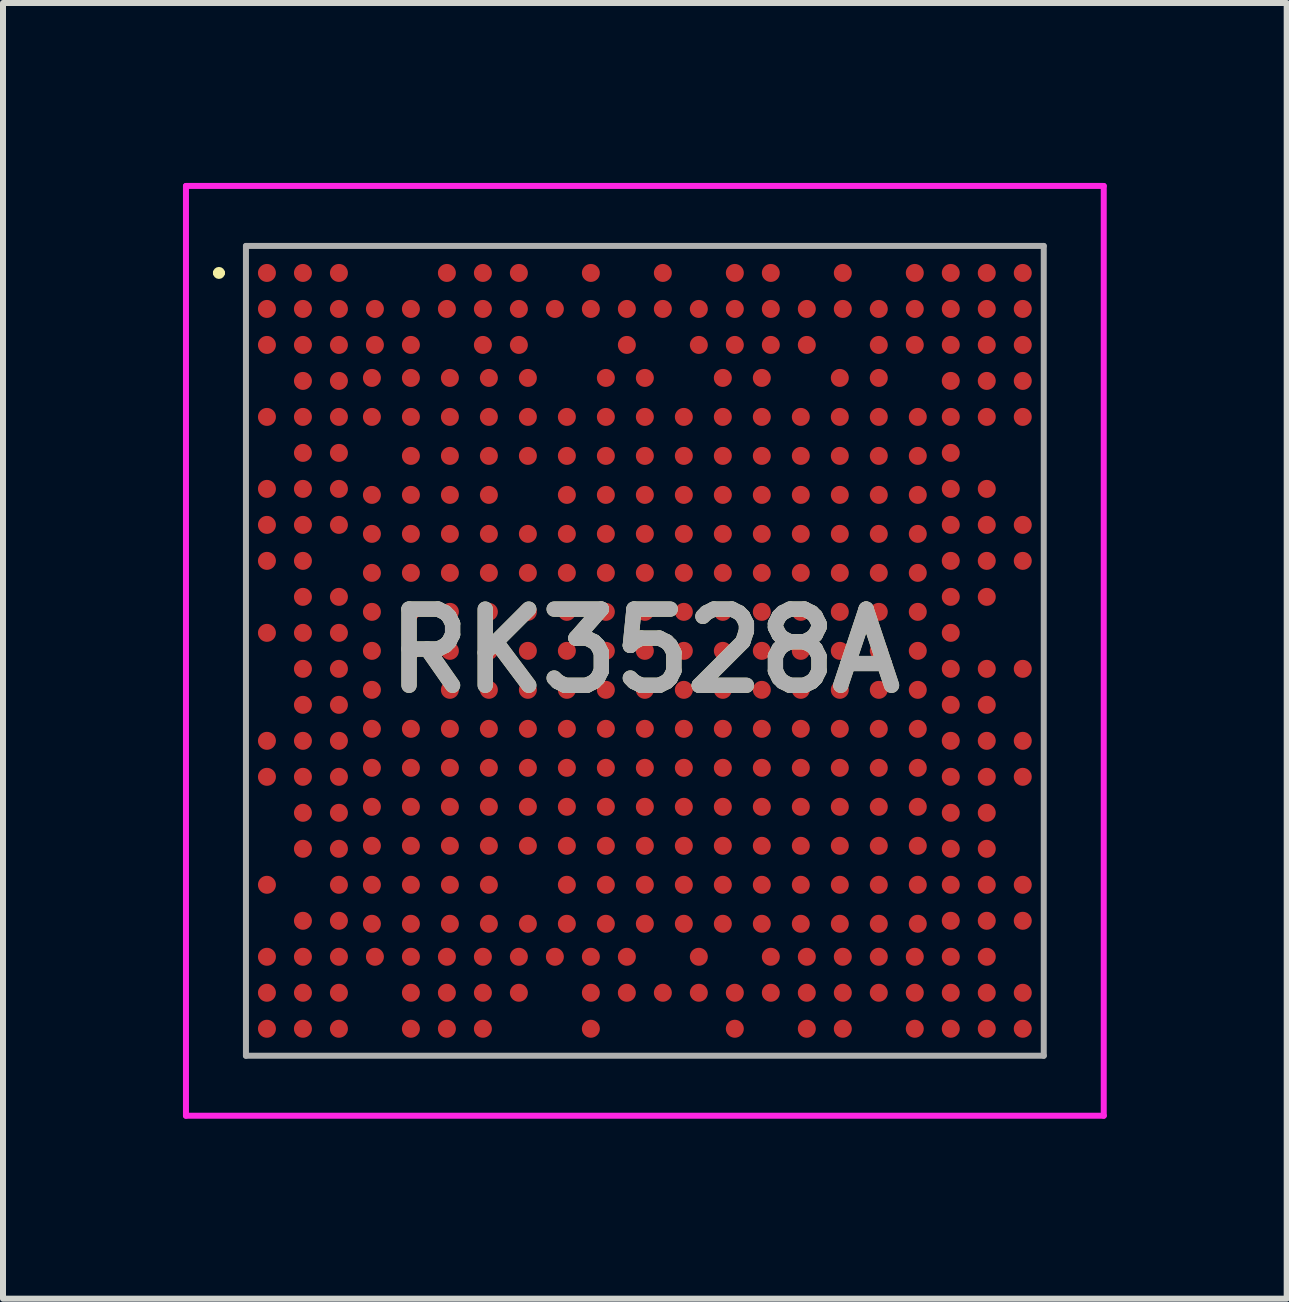
<source format=kicad_pcb>
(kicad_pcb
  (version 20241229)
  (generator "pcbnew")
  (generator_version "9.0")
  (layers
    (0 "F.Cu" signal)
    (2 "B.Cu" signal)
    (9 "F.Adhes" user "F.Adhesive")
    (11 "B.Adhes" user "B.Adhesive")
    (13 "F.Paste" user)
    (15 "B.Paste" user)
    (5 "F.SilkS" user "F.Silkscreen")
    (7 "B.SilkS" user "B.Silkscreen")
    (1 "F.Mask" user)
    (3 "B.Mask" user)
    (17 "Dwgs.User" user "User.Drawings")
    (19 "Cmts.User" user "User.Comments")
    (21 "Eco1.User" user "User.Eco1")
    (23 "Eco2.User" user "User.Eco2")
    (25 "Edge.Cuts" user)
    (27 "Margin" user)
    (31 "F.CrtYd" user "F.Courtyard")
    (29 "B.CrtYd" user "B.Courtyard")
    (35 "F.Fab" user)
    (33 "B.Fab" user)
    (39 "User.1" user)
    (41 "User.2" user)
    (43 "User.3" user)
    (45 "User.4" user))
  (footprint "RK3528A"
    (layer "F.Cu")
    (at 7.7 7.8)
    (property "Reference" "RK3528A" (at 0 0 0) (layer "F.SilkS") (effects (font (size 1.27 1.27) (thickness 0.254))))
    (attr smd)
    (fp_line (start -7.15 -6.3) (end -7.15 -6.3) (stroke (width 0.1) (type solid)) (layer "F.SilkS"))
    (fp_line (start -7.05 -6.3) (end -7.05 -6.3) (stroke (width 0.1) (type solid)) (layer "F.SilkS"))
    (fp_arc (start -7.15 -6.3) (mid -7.1 -6.35) (end -7.05 -6.3) (stroke (width 0.1) (type solid)) (layer "F.SilkS"))
    (fp_arc (start -7.05 -6.3) (mid -7.1 -6.25) (end -7.15 -6.3) (stroke (width 0.1) (type solid)) (layer "F.SilkS"))
    (fp_line (start -7.65 -7.75) (end -7.65 7.75) (stroke (width 0.1) (type solid)) (layer "F.CrtYd"))
    (fp_line (start -7.65 7.75) (end 7.65 7.75) (stroke (width 0.1) (type solid)) (layer "F.CrtYd"))
    (fp_line (start 7.65 -7.75) (end -7.65 -7.75) (stroke (width 0.1) (type solid)) (layer "F.CrtYd"))
    (fp_line (start 7.65 7.75) (end 7.65 -7.75) (stroke (width 0.1) (type solid)) (layer "F.CrtYd"))
    (fp_line (start -6.65 -6.75) (end -6.65 6.75) (stroke (width 0.1) (type solid)) (layer "F.Fab"))
    (fp_line (start -6.65 6.75) (end 6.65 6.75) (stroke (width 0.1) (type solid)) (layer "F.Fab"))
    (fp_line (start 6.65 -6.75) (end -6.65 -6.75) (stroke (width 0.1) (type solid)) (layer "F.Fab"))
    (fp_line (start 6.65 6.75) (end 6.65 -6.75) (stroke (width 0.1) (type solid)) (layer "F.Fab"))
    (fp_text user "${REFERENCE}" (at 0 0 0) (layer "F.Fab") (effects (font (size 1.27 1.27) (thickness 0.254))))
    (pad "A1" smd circle (at -6.3 -6.3 90) (size 0.3 0.3) (layers "F.Cu" "F.Mask" "F.Paste"))
    (pad "A2" smd circle (at -5.7 -6.3 90) (size 0.3 0.3) (layers "F.Cu" "F.Mask" "F.Paste"))
    (pad "A3" smd circle (at -5.1 -6.3 90) (size 0.3 0.3) (layers "F.Cu" "F.Mask" "F.Paste"))
    (pad "A6" smd circle (at -3.3 -6.3 90) (size 0.3 0.3) (layers "F.Cu" "F.Mask" "F.Paste"))
    (pad "A7" smd circle (at -2.7 -6.3 90) (size 0.3 0.3) (layers "F.Cu" "F.Mask" "F.Paste"))
    (pad "A8" smd circle (at -2.1 -6.3 90) (size 0.3 0.3) (layers "F.Cu" "F.Mask" "F.Paste"))
    (pad "A10" smd circle (at -0.9 -6.3 90) (size 0.3 0.3) (layers "F.Cu" "F.Mask" "F.Paste"))
    (pad "A12" smd circle (at 0.3 -6.3 90) (size 0.3 0.3) (layers "F.Cu" "F.Mask" "F.Paste"))
    (pad "A14" smd circle (at 1.5 -6.3 90) (size 0.3 0.3) (layers "F.Cu" "F.Mask" "F.Paste"))
    (pad "A15" smd circle (at 2.1 -6.3 90) (size 0.3 0.3) (layers "F.Cu" "F.Mask" "F.Paste"))
    (pad "A17" smd circle (at 3.3 -6.3 90) (size 0.3 0.3) (layers "F.Cu" "F.Mask" "F.Paste"))
    (pad "A19" smd circle (at 4.5 -6.3 90) (size 0.3 0.3) (layers "F.Cu" "F.Mask" "F.Paste"))
    (pad "A20" smd circle (at 5.1 -6.3 90) (size 0.3 0.3) (layers "F.Cu" "F.Mask" "F.Paste"))
    (pad "A21" smd circle (at 5.7 -6.3 90) (size 0.3 0.3) (layers "F.Cu" "F.Mask" "F.Paste"))
    (pad "A22" smd circle (at 6.3 -6.3 90) (size 0.3 0.3) (layers "F.Cu" "F.Mask" "F.Paste"))
    (pad "AA1" smd circle (at -6.3 5.7 90) (size 0.3 0.3) (layers "F.Cu" "F.Mask" "F.Paste"))
    (pad "AA2" smd circle (at -5.7 5.7 90) (size 0.3 0.3) (layers "F.Cu" "F.Mask" "F.Paste"))
    (pad "AA3" smd circle (at -5.1 5.7 90) (size 0.3 0.3) (layers "F.Cu" "F.Mask" "F.Paste"))
    (pad "AA5" smd circle (at -3.9 5.7 90) (size 0.3 0.3) (layers "F.Cu" "F.Mask" "F.Paste"))
    (pad "AA6" smd circle (at -3.3 5.7 90) (size 0.3 0.3) (layers "F.Cu" "F.Mask" "F.Paste"))
    (pad "AA7" smd circle (at -2.7 5.7 90) (size 0.3 0.3) (layers "F.Cu" "F.Mask" "F.Paste"))
    (pad "AA8" smd circle (at -2.1 5.7 90) (size 0.3 0.3) (layers "F.Cu" "F.Mask" "F.Paste"))
    (pad "AA10" smd circle (at -0.9 5.7 90) (size 0.3 0.3) (layers "F.Cu" "F.Mask" "F.Paste"))
    (pad "AA11" smd circle (at -0.3 5.7 90) (size 0.3 0.3) (layers "F.Cu" "F.Mask" "F.Paste"))
    (pad "AA12" smd circle (at 0.3 5.7 90) (size 0.3 0.3) (layers "F.Cu" "F.Mask" "F.Paste"))
    (pad "AA13" smd circle (at 0.9 5.7 90) (size 0.3 0.3) (layers "F.Cu" "F.Mask" "F.Paste"))
    (pad "AA14" smd circle (at 1.5 5.7 90) (size 0.3 0.3) (layers "F.Cu" "F.Mask" "F.Paste"))
    (pad "AA15" smd circle (at 2.1 5.7 90) (size 0.3 0.3) (layers "F.Cu" "F.Mask" "F.Paste"))
    (pad "AA16" smd circle (at 2.7 5.7 90) (size 0.3 0.3) (layers "F.Cu" "F.Mask" "F.Paste"))
    (pad "AA17" smd circle (at 3.3 5.7 90) (size 0.3 0.3) (layers "F.Cu" "F.Mask" "F.Paste"))
    (pad "AA18" smd circle (at 3.9 5.7 90) (size 0.3 0.3) (layers "F.Cu" "F.Mask" "F.Paste"))
    (pad "AA19" smd circle (at 4.5 5.7 90) (size 0.3 0.3) (layers "F.Cu" "F.Mask" "F.Paste"))
    (pad "AA20" smd circle (at 5.1 5.7 90) (size 0.3 0.3) (layers "F.Cu" "F.Mask" "F.Paste"))
    (pad "AA21" smd circle (at 5.7 5.7 90) (size 0.3 0.3) (layers "F.Cu" "F.Mask" "F.Paste"))
    (pad "AA22" smd circle (at 6.3 5.7 90) (size 0.3 0.3) (layers "F.Cu" "F.Mask" "F.Paste"))
    (pad "AAA1" smd circle (at -4.55 -4.55 90) (size 0.3 0.3) (layers "F.Cu" "F.Mask" "F.Paste"))
    (pad "AAA2" smd circle (at -3.9 -4.55 90) (size 0.3 0.3) (layers "F.Cu" "F.Mask" "F.Paste"))
    (pad "AAA3" smd circle (at -3.25 -4.55 90) (size 0.3 0.3) (layers "F.Cu" "F.Mask" "F.Paste"))
    (pad "AAA4" smd circle (at -2.6 -4.55 90) (size 0.3 0.3) (layers "F.Cu" "F.Mask" "F.Paste"))
    (pad "AAA5" smd circle (at -1.95 -4.55 90) (size 0.3 0.3) (layers "F.Cu" "F.Mask" "F.Paste"))
    (pad "AAA7" smd circle (at -0.65 -4.55 90) (size 0.3 0.3) (layers "F.Cu" "F.Mask" "F.Paste"))
    (pad "AAA8" smd circle (at 0 -4.55 90) (size 0.3 0.3) (layers "F.Cu" "F.Mask" "F.Paste"))
    (pad "AAA10" smd circle (at 1.3 -4.55 90) (size 0.3 0.3) (layers "F.Cu" "F.Mask" "F.Paste"))
    (pad "AAA11" smd circle (at 1.95 -4.55 90) (size 0.3 0.3) (layers "F.Cu" "F.Mask" "F.Paste"))
    (pad "AAA13" smd circle (at 3.25 -4.55 90) (size 0.3 0.3) (layers "F.Cu" "F.Mask" "F.Paste"))
    (pad "AAA14" smd circle (at 3.9 -4.55 90) (size 0.3 0.3) (layers "F.Cu" "F.Mask" "F.Paste"))
    (pad "AAB1" smd circle (at -4.55 -3.9 90) (size 0.3 0.3) (layers "F.Cu" "F.Mask" "F.Paste"))
    (pad "AAB2" smd circle (at -3.9 -3.9 90) (size 0.3 0.3) (layers "F.Cu" "F.Mask" "F.Paste"))
    (pad "AAB3" smd circle (at -3.25 -3.9 90) (size 0.3 0.3) (layers "F.Cu" "F.Mask" "F.Paste"))
    (pad "AAB4" smd circle (at -2.6 -3.9 90) (size 0.3 0.3) (layers "F.Cu" "F.Mask" "F.Paste"))
    (pad "AAB5" smd circle (at -1.95 -3.9 90) (size 0.3 0.3) (layers "F.Cu" "F.Mask" "F.Paste"))
    (pad "AAB6" smd circle (at -1.3 -3.9 90) (size 0.3 0.3) (layers "F.Cu" "F.Mask" "F.Paste"))
    (pad "AAB7" smd circle (at -0.65 -3.9 90) (size 0.3 0.3) (layers "F.Cu" "F.Mask" "F.Paste"))
    (pad "AAB8" smd circle (at 0 -3.9 90) (size 0.3 0.3) (layers "F.Cu" "F.Mask" "F.Paste"))
    (pad "AAB9" smd circle (at 0.65 -3.9 90) (size 0.3 0.3) (layers "F.Cu" "F.Mask" "F.Paste"))
    (pad "AAB10" smd circle (at 1.3 -3.9 90) (size 0.3 0.3) (layers "F.Cu" "F.Mask" "F.Paste"))
    (pad "AAB11" smd circle (at 1.95 -3.9 90) (size 0.3 0.3) (layers "F.Cu" "F.Mask" "F.Paste"))
    (pad "AAB12" smd circle (at 2.6 -3.9 90) (size 0.3 0.3) (layers "F.Cu" "F.Mask" "F.Paste"))
    (pad "AAB13" smd circle (at 3.25 -3.9 90) (size 0.3 0.3) (layers "F.Cu" "F.Mask" "F.Paste"))
    (pad "AAB14" smd circle (at 3.9 -3.9 90) (size 0.3 0.3) (layers "F.Cu" "F.Mask" "F.Paste"))
    (pad "AAB15" smd circle (at 4.55 -3.9 90) (size 0.3 0.3) (layers "F.Cu" "F.Mask" "F.Paste"))
    (pad "AAC2" smd circle (at -3.9 -3.25 90) (size 0.3 0.3) (layers "F.Cu" "F.Mask" "F.Paste"))
    (pad "AAC3" smd circle (at -3.25 -3.25 90) (size 0.3 0.3) (layers "F.Cu" "F.Mask" "F.Paste"))
    (pad "AAC4" smd circle (at -2.6 -3.25 90) (size 0.3 0.3) (layers "F.Cu" "F.Mask" "F.Paste"))
    (pad "AAC5" smd circle (at -1.95 -3.25 90) (size 0.3 0.3) (layers "F.Cu" "F.Mask" "F.Paste"))
    (pad "AAC6" smd circle (at -1.3 -3.25 90) (size 0.3 0.3) (layers "F.Cu" "F.Mask" "F.Paste"))
    (pad "AAC7" smd circle (at -0.65 -3.25 90) (size 0.3 0.3) (layers "F.Cu" "F.Mask" "F.Paste"))
    (pad "AAC8" smd circle (at 0 -3.25 90) (size 0.3 0.3) (layers "F.Cu" "F.Mask" "F.Paste"))
    (pad "AAC9" smd circle (at 0.65 -3.25 90) (size 0.3 0.3) (layers "F.Cu" "F.Mask" "F.Paste"))
    (pad "AAC10" smd circle (at 1.3 -3.25 90) (size 0.3 0.3) (layers "F.Cu" "F.Mask" "F.Paste"))
    (pad "AAC11" smd circle (at 1.95 -3.25 90) (size 0.3 0.3) (layers "F.Cu" "F.Mask" "F.Paste"))
    (pad "AAC12" smd circle (at 2.6 -3.25 90) (size 0.3 0.3) (layers "F.Cu" "F.Mask" "F.Paste"))
    (pad "AAC13" smd circle (at 3.25 -3.25 90) (size 0.3 0.3) (layers "F.Cu" "F.Mask" "F.Paste"))
    (pad "AAC14" smd circle (at 3.9 -3.25 90) (size 0.3 0.3) (layers "F.Cu" "F.Mask" "F.Paste"))
    (pad "AAC15" smd circle (at 4.55 -3.25 90) (size 0.3 0.3) (layers "F.Cu" "F.Mask" "F.Paste"))
    (pad "AAD1" smd circle (at -4.55 -2.6 90) (size 0.3 0.3) (layers "F.Cu" "F.Mask" "F.Paste"))
    (pad "AAD2" smd circle (at -3.9 -2.6 90) (size 0.3 0.3) (layers "F.Cu" "F.Mask" "F.Paste"))
    (pad "AAD3" smd circle (at -3.25 -2.6 90) (size 0.3 0.3) (layers "F.Cu" "F.Mask" "F.Paste"))
    (pad "AAD4" smd circle (at -2.6 -2.6 90) (size 0.3 0.3) (layers "F.Cu" "F.Mask" "F.Paste"))
    (pad "AAD6" smd circle (at -1.3 -2.6 90) (size 0.3 0.3) (layers "F.Cu" "F.Mask" "F.Paste"))
    (pad "AAD7" smd circle (at -0.65 -2.6 90) (size 0.3 0.3) (layers "F.Cu" "F.Mask" "F.Paste"))
    (pad "AAD8" smd circle (at 0 -2.6 90) (size 0.3 0.3) (layers "F.Cu" "F.Mask" "F.Paste"))
    (pad "AAD9" smd circle (at 0.65 -2.6 90) (size 0.3 0.3) (layers "F.Cu" "F.Mask" "F.Paste"))
    (pad "AAD10" smd circle (at 1.3 -2.6 90) (size 0.3 0.3) (layers "F.Cu" "F.Mask" "F.Paste"))
    (pad "AAD11" smd circle (at 1.95 -2.6 90) (size 0.3 0.3) (layers "F.Cu" "F.Mask" "F.Paste"))
    (pad "AAD12" smd circle (at 2.6 -2.6 90) (size 0.3 0.3) (layers "F.Cu" "F.Mask" "F.Paste"))
    (pad "AAD13" smd circle (at 3.25 -2.6 90) (size 0.3 0.3) (layers "F.Cu" "F.Mask" "F.Paste"))
    (pad "AAD14" smd circle (at 3.9 -2.6 90) (size 0.3 0.3) (layers "F.Cu" "F.Mask" "F.Paste"))
    (pad "AAD15" smd circle (at 4.55 -2.6 90) (size 0.3 0.3) (layers "F.Cu" "F.Mask" "F.Paste"))
    (pad "AAE1" smd circle (at -4.55 -1.95 90) (size 0.3 0.3) (layers "F.Cu" "F.Mask" "F.Paste"))
    (pad "AAE2" smd circle (at -3.9 -1.95 90) (size 0.3 0.3) (layers "F.Cu" "F.Mask" "F.Paste"))
    (pad "AAE3" smd circle (at -3.25 -1.95 90) (size 0.3 0.3) (layers "F.Cu" "F.Mask" "F.Paste"))
    (pad "AAE4" smd circle (at -2.6 -1.95 90) (size 0.3 0.3) (layers "F.Cu" "F.Mask" "F.Paste"))
    (pad "AAE5" smd circle (at -1.95 -1.95 90) (size 0.3 0.3) (layers "F.Cu" "F.Mask" "F.Paste"))
    (pad "AAE6" smd circle (at -1.3 -1.95 90) (size 0.3 0.3) (layers "F.Cu" "F.Mask" "F.Paste"))
    (pad "AAE7" smd circle (at -0.65 -1.95 90) (size 0.3 0.3) (layers "F.Cu" "F.Mask" "F.Paste"))
    (pad "AAE8" smd circle (at 0 -1.95 90) (size 0.3 0.3) (layers "F.Cu" "F.Mask" "F.Paste"))
    (pad "AAE9" smd circle (at 0.65 -1.95 90) (size 0.3 0.3) (layers "F.Cu" "F.Mask" "F.Paste"))
    (pad "AAE10" smd circle (at 1.3 -1.95 90) (size 0.3 0.3) (layers "F.Cu" "F.Mask" "F.Paste"))
    (pad "AAE11" smd circle (at 1.95 -1.95 90) (size 0.3 0.3) (layers "F.Cu" "F.Mask" "F.Paste"))
    (pad "AAE12" smd circle (at 2.6 -1.95 90) (size 0.3 0.3) (layers "F.Cu" "F.Mask" "F.Paste"))
    (pad "AAE13" smd circle (at 3.25 -1.95 90) (size 0.3 0.3) (layers "F.Cu" "F.Mask" "F.Paste"))
    (pad "AAE14" smd circle (at 3.9 -1.95 90) (size 0.3 0.3) (layers "F.Cu" "F.Mask" "F.Paste"))
    (pad "AAE15" smd circle (at 4.55 -1.95 90) (size 0.3 0.3) (layers "F.Cu" "F.Mask" "F.Paste"))
    (pad "AAF1" smd circle (at -4.55 -1.3 90) (size 0.3 0.3) (layers "F.Cu" "F.Mask" "F.Paste"))
    (pad "AAF2" smd circle (at -3.9 -1.3 90) (size 0.3 0.3) (layers "F.Cu" "F.Mask" "F.Paste"))
    (pad "AAF3" smd circle (at -3.25 -1.3 90) (size 0.3 0.3) (layers "F.Cu" "F.Mask" "F.Paste"))
    (pad "AAF4" smd circle (at -2.6 -1.3 90) (size 0.3 0.3) (layers "F.Cu" "F.Mask" "F.Paste"))
    (pad "AAF5" smd circle (at -1.95 -1.3 90) (size 0.3 0.3) (layers "F.Cu" "F.Mask" "F.Paste"))
    (pad "AAF6" smd circle (at -1.3 -1.3 90) (size 0.3 0.3) (layers "F.Cu" "F.Mask" "F.Paste"))
    (pad "AAF7" smd circle (at -0.65 -1.3 90) (size 0.3 0.3) (layers "F.Cu" "F.Mask" "F.Paste"))
    (pad "AAF8" smd circle (at 0 -1.3 90) (size 0.3 0.3) (layers "F.Cu" "F.Mask" "F.Paste"))
    (pad "AAF9" smd circle (at 0.65 -1.3 90) (size 0.3 0.3) (layers "F.Cu" "F.Mask" "F.Paste"))
    (pad "AAF10" smd circle (at 1.3 -1.3 90) (size 0.3 0.3) (layers "F.Cu" "F.Mask" "F.Paste"))
    (pad "AAF11" smd circle (at 1.95 -1.3 90) (size 0.3 0.3) (layers "F.Cu" "F.Mask" "F.Paste"))
    (pad "AAF12" smd circle (at 2.6 -1.3 90) (size 0.3 0.3) (layers "F.Cu" "F.Mask" "F.Paste"))
    (pad "AAF13" smd circle (at 3.25 -1.3 90) (size 0.3 0.3) (layers "F.Cu" "F.Mask" "F.Paste"))
    (pad "AAF14" smd circle (at 3.9 -1.3 90) (size 0.3 0.3) (layers "F.Cu" "F.Mask" "F.Paste"))
    (pad "AAF15" smd circle (at 4.55 -1.3 90) (size 0.3 0.3) (layers "F.Cu" "F.Mask" "F.Paste"))
    (pad "AAG1" smd circle (at -4.55 -0.65 90) (size 0.3 0.3) (layers "F.Cu" "F.Mask" "F.Paste"))
    (pad "AAG2" smd circle (at -3.9 -0.65 90) (size 0.3 0.3) (layers "F.Cu" "F.Mask" "F.Paste"))
    (pad "AAG3" smd circle (at -3.25 -0.65 90) (size 0.3 0.3) (layers "F.Cu" "F.Mask" "F.Paste"))
    (pad "AAG4" smd circle (at -2.6 -0.65 90) (size 0.3 0.3) (layers "F.Cu" "F.Mask" "F.Paste"))
    (pad "AAG5" smd circle (at -1.95 -0.65 90) (size 0.3 0.3) (layers "F.Cu" "F.Mask" "F.Paste"))
    (pad "AAG6" smd circle (at -1.3 -0.65 90) (size 0.3 0.3) (layers "F.Cu" "F.Mask" "F.Paste"))
    (pad "AAG7" smd circle (at -0.65 -0.65 90) (size 0.3 0.3) (layers "F.Cu" "F.Mask" "F.Paste"))
    (pad "AAG8" smd circle (at 0 -0.65 90) (size 0.3 0.3) (layers "F.Cu" "F.Mask" "F.Paste"))
    (pad "AAG9" smd circle (at 0.65 -0.65 90) (size 0.3 0.3) (layers "F.Cu" "F.Mask" "F.Paste"))
    (pad "AAG10" smd circle (at 1.3 -0.65 90) (size 0.3 0.3) (layers "F.Cu" "F.Mask" "F.Paste"))
    (pad "AAG11" smd circle (at 1.95 -0.65 90) (size 0.3 0.3) (layers "F.Cu" "F.Mask" "F.Paste"))
    (pad "AAG12" smd circle (at 2.6 -0.65 90) (size 0.3 0.3) (layers "F.Cu" "F.Mask" "F.Paste"))
    (pad "AAG13" smd circle (at 3.25 -0.65 90) (size 0.3 0.3) (layers "F.Cu" "F.Mask" "F.Paste"))
    (pad "AAG14" smd circle (at 3.9 -0.65 90) (size 0.3 0.3) (layers "F.Cu" "F.Mask" "F.Paste"))
    (pad "AAG15" smd circle (at 4.55 -0.65 90) (size 0.3 0.3) (layers "F.Cu" "F.Mask" "F.Paste"))
    (pad "AAH1" smd circle (at -4.55 0 90) (size 0.3 0.3) (layers "F.Cu" "F.Mask" "F.Paste"))
    (pad "AAH2" smd circle (at -3.9 0 90) (size 0.3 0.3) (layers "F.Cu" "F.Mask" "F.Paste"))
    (pad "AAH3" smd circle (at -3.25 0 90) (size 0.3 0.3) (layers "F.Cu" "F.Mask" "F.Paste"))
    (pad "AAH4" smd circle (at -2.6 0 90) (size 0.3 0.3) (layers "F.Cu" "F.Mask" "F.Paste"))
    (pad "AAH5" smd circle (at -1.95 0 90) (size 0.3 0.3) (layers "F.Cu" "F.Mask" "F.Paste"))
    (pad "AAH6" smd circle (at -1.3 0 90) (size 0.3 0.3) (layers "F.Cu" "F.Mask" "F.Paste"))
    (pad "AAH7" smd circle (at -0.65 0 90) (size 0.3 0.3) (layers "F.Cu" "F.Mask" "F.Paste"))
    (pad "AAH8" smd circle (at 0 0 90) (size 0.3 0.3) (layers "F.Cu" "F.Mask" "F.Paste"))
    (pad "AAH9" smd circle (at 0.65 0 90) (size 0.3 0.3) (layers "F.Cu" "F.Mask" "F.Paste"))
    (pad "AAH10" smd circle (at 1.3 0 90) (size 0.3 0.3) (layers "F.Cu" "F.Mask" "F.Paste"))
    (pad "AAH11" smd circle (at 1.95 0 90) (size 0.3 0.3) (layers "F.Cu" "F.Mask" "F.Paste"))
    (pad "AAH12" smd circle (at 2.6 0 90) (size 0.3 0.3) (layers "F.Cu" "F.Mask" "F.Paste"))
    (pad "AAH13" smd circle (at 3.25 0 90) (size 0.3 0.3) (layers "F.Cu" "F.Mask" "F.Paste"))
    (pad "AAH14" smd circle (at 3.9 0 90) (size 0.3 0.3) (layers "F.Cu" "F.Mask" "F.Paste"))
    (pad "AAH15" smd circle (at 4.55 0 90) (size 0.3 0.3) (layers "F.Cu" "F.Mask" "F.Paste"))
    (pad "AAJ1" smd circle (at -4.55 0.65 90) (size 0.3 0.3) (layers "F.Cu" "F.Mask" "F.Paste"))
    (pad "AAJ3" smd circle (at -3.25 0.65 90) (size 0.3 0.3) (layers "F.Cu" "F.Mask" "F.Paste"))
    (pad "AAJ4" smd circle (at -2.6 0.65 90) (size 0.3 0.3) (layers "F.Cu" "F.Mask" "F.Paste"))
    (pad "AAJ5" smd circle (at -1.95 0.65 90) (size 0.3 0.3) (layers "F.Cu" "F.Mask" "F.Paste"))
    (pad "AAJ6" smd circle (at -1.3 0.65 90) (size 0.3 0.3) (layers "F.Cu" "F.Mask" "F.Paste"))
    (pad "AAJ7" smd circle (at -0.65 0.65 90) (size 0.3 0.3) (layers "F.Cu" "F.Mask" "F.Paste"))
    (pad "AAJ8" smd circle (at 0 0.65 90) (size 0.3 0.3) (layers "F.Cu" "F.Mask" "F.Paste"))
    (pad "AAJ9" smd circle (at 0.65 0.65 90) (size 0.3 0.3) (layers "F.Cu" "F.Mask" "F.Paste"))
    (pad "AAJ10" smd circle (at 1.3 0.65 90) (size 0.3 0.3) (layers "F.Cu" "F.Mask" "F.Paste"))
    (pad "AAJ11" smd circle (at 1.95 0.65 90) (size 0.3 0.3) (layers "F.Cu" "F.Mask" "F.Paste"))
    (pad "AAJ12" smd circle (at 2.6 0.65 90) (size 0.3 0.3) (layers "F.Cu" "F.Mask" "F.Paste"))
    (pad "AAJ13" smd circle (at 3.25 0.65 90) (size 0.3 0.3) (layers "F.Cu" "F.Mask" "F.Paste"))
    (pad "AAJ14" smd circle (at 3.9 0.65 90) (size 0.3 0.3) (layers "F.Cu" "F.Mask" "F.Paste"))
    (pad "AAJ15" smd circle (at 4.55 0.65 90) (size 0.3 0.3) (layers "F.Cu" "F.Mask" "F.Paste"))
    (pad "AAK1" smd circle (at -4.55 1.3 90) (size 0.3 0.3) (layers "F.Cu" "F.Mask" "F.Paste"))
    (pad "AAK2" smd circle (at -3.9 1.3 90) (size 0.3 0.3) (layers "F.Cu" "F.Mask" "F.Paste"))
    (pad "AAK3" smd circle (at -3.25 1.3 90) (size 0.3 0.3) (layers "F.Cu" "F.Mask" "F.Paste"))
    (pad "AAK4" smd circle (at -2.6 1.3 90) (size 0.3 0.3) (layers "F.Cu" "F.Mask" "F.Paste"))
    (pad "AAK5" smd circle (at -1.95 1.3 90) (size 0.3 0.3) (layers "F.Cu" "F.Mask" "F.Paste"))
    (pad "AAK6" smd circle (at -1.3 1.3 90) (size 0.3 0.3) (layers "F.Cu" "F.Mask" "F.Paste"))
    (pad "AAK7" smd circle (at -0.65 1.3 90) (size 0.3 0.3) (layers "F.Cu" "F.Mask" "F.Paste"))
    (pad "AAK8" smd circle (at 0 1.3 90) (size 0.3 0.3) (layers "F.Cu" "F.Mask" "F.Paste"))
    (pad "AAK9" smd circle (at 0.65 1.3 90) (size 0.3 0.3) (layers "F.Cu" "F.Mask" "F.Paste"))
    (pad "AAK10" smd circle (at 1.3 1.3 90) (size 0.3 0.3) (layers "F.Cu" "F.Mask" "F.Paste"))
    (pad "AAK11" smd circle (at 1.95 1.3 90) (size 0.3 0.3) (layers "F.Cu" "F.Mask" "F.Paste"))
    (pad "AAK12" smd circle (at 2.6 1.3 90) (size 0.3 0.3) (layers "F.Cu" "F.Mask" "F.Paste"))
    (pad "AAK13" smd circle (at 3.25 1.3 90) (size 0.3 0.3) (layers "F.Cu" "F.Mask" "F.Paste"))
    (pad "AAK14" smd circle (at 3.9 1.3 90) (size 0.3 0.3) (layers "F.Cu" "F.Mask" "F.Paste"))
    (pad "AAK15" smd circle (at 4.55 1.3 90) (size 0.3 0.3) (layers "F.Cu" "F.Mask" "F.Paste"))
    (pad "AAL1" smd circle (at -4.55 1.95 90) (size 0.3 0.3) (layers "F.Cu" "F.Mask" "F.Paste"))
    (pad "AAL2" smd circle (at -3.9 1.95 90) (size 0.3 0.3) (layers "F.Cu" "F.Mask" "F.Paste"))
    (pad "AAL3" smd circle (at -3.25 1.95 90) (size 0.3 0.3) (layers "F.Cu" "F.Mask" "F.Paste"))
    (pad "AAL4" smd circle (at -2.6 1.95 90) (size 0.3 0.3) (layers "F.Cu" "F.Mask" "F.Paste"))
    (pad "AAL5" smd circle (at -1.95 1.95 90) (size 0.3 0.3) (layers "F.Cu" "F.Mask" "F.Paste"))
    (pad "AAL6" smd circle (at -1.3 1.95 90) (size 0.3 0.3) (layers "F.Cu" "F.Mask" "F.Paste"))
    (pad "AAL7" smd circle (at -0.65 1.95 90) (size 0.3 0.3) (layers "F.Cu" "F.Mask" "F.Paste"))
    (pad "AAL8" smd circle (at 0 1.95 90) (size 0.3 0.3) (layers "F.Cu" "F.Mask" "F.Paste"))
    (pad "AAL9" smd circle (at 0.65 1.95 90) (size 0.3 0.3) (layers "F.Cu" "F.Mask" "F.Paste"))
    (pad "AAL10" smd circle (at 1.3 1.95 90) (size 0.3 0.3) (layers "F.Cu" "F.Mask" "F.Paste"))
    (pad "AAL11" smd circle (at 1.95 1.95 90) (size 0.3 0.3) (layers "F.Cu" "F.Mask" "F.Paste"))
    (pad "AAL12" smd circle (at 2.6 1.95 90) (size 0.3 0.3) (layers "F.Cu" "F.Mask" "F.Paste"))
    (pad "AAL13" smd circle (at 3.25 1.95 90) (size 0.3 0.3) (layers "F.Cu" "F.Mask" "F.Paste"))
    (pad "AAL14" smd circle (at 3.9 1.95 90) (size 0.3 0.3) (layers "F.Cu" "F.Mask" "F.Paste"))
    (pad "AAL15" smd circle (at 4.55 1.95 90) (size 0.3 0.3) (layers "F.Cu" "F.Mask" "F.Paste"))
    (pad "AAM1" smd circle (at -4.55 2.6 90) (size 0.3 0.3) (layers "F.Cu" "F.Mask" "F.Paste"))
    (pad "AAM2" smd circle (at -3.9 2.6 90) (size 0.3 0.3) (layers "F.Cu" "F.Mask" "F.Paste"))
    (pad "AAM3" smd circle (at -3.25 2.6 90) (size 0.3 0.3) (layers "F.Cu" "F.Mask" "F.Paste"))
    (pad "AAM4" smd circle (at -2.6 2.6 90) (size 0.3 0.3) (layers "F.Cu" "F.Mask" "F.Paste"))
    (pad "AAM5" smd circle (at -1.95 2.6 90) (size 0.3 0.3) (layers "F.Cu" "F.Mask" "F.Paste"))
    (pad "AAM6" smd circle (at -1.3 2.6 90) (size 0.3 0.3) (layers "F.Cu" "F.Mask" "F.Paste"))
    (pad "AAM7" smd circle (at -0.65 2.6 90) (size 0.3 0.3) (layers "F.Cu" "F.Mask" "F.Paste"))
    (pad "AAM8" smd circle (at 0 2.6 90) (size 0.3 0.3) (layers "F.Cu" "F.Mask" "F.Paste"))
    (pad "AAM9" smd circle (at 0.65 2.6 90) (size 0.3 0.3) (layers "F.Cu" "F.Mask" "F.Paste"))
    (pad "AAM10" smd circle (at 1.3 2.6 90) (size 0.3 0.3) (layers "F.Cu" "F.Mask" "F.Paste"))
    (pad "AAM11" smd circle (at 1.95 2.6 90) (size 0.3 0.3) (layers "F.Cu" "F.Mask" "F.Paste"))
    (pad "AAM12" smd circle (at 2.6 2.6 90) (size 0.3 0.3) (layers "F.Cu" "F.Mask" "F.Paste"))
    (pad "AAM13" smd circle (at 3.25 2.6 90) (size 0.3 0.3) (layers "F.Cu" "F.Mask" "F.Paste"))
    (pad "AAM14" smd circle (at 3.9 2.6 90) (size 0.3 0.3) (layers "F.Cu" "F.Mask" "F.Paste"))
    (pad "AAM15" smd circle (at 4.55 2.6 90) (size 0.3 0.3) (layers "F.Cu" "F.Mask" "F.Paste"))
    (pad "AAN1" smd circle (at -4.55 3.25 90) (size 0.3 0.3) (layers "F.Cu" "F.Mask" "F.Paste"))
    (pad "AAN2" smd circle (at -3.9 3.25 90) (size 0.3 0.3) (layers "F.Cu" "F.Mask" "F.Paste"))
    (pad "AAN3" smd circle (at -3.25 3.25 90) (size 0.3 0.3) (layers "F.Cu" "F.Mask" "F.Paste"))
    (pad "AAN4" smd circle (at -2.6 3.25 90) (size 0.3 0.3) (layers "F.Cu" "F.Mask" "F.Paste"))
    (pad "AAN5" smd circle (at -1.95 3.25 90) (size 0.3 0.3) (layers "F.Cu" "F.Mask" "F.Paste"))
    (pad "AAN6" smd circle (at -1.3 3.25 90) (size 0.3 0.3) (layers "F.Cu" "F.Mask" "F.Paste"))
    (pad "AAN7" smd circle (at -0.65 3.25 90) (size 0.3 0.3) (layers "F.Cu" "F.Mask" "F.Paste"))
    (pad "AAN8" smd circle (at 0 3.25 90) (size 0.3 0.3) (layers "F.Cu" "F.Mask" "F.Paste"))
    (pad "AAN9" smd circle (at 0.65 3.25 90) (size 0.3 0.3) (layers "F.Cu" "F.Mask" "F.Paste"))
    (pad "AAN10" smd circle (at 1.3 3.25 90) (size 0.3 0.3) (layers "F.Cu" "F.Mask" "F.Paste"))
    (pad "AAN11" smd circle (at 1.95 3.25 90) (size 0.3 0.3) (layers "F.Cu" "F.Mask" "F.Paste"))
    (pad "AAN12" smd circle (at 2.6 3.25 90) (size 0.3 0.3) (layers "F.Cu" "F.Mask" "F.Paste"))
    (pad "AAN13" smd circle (at 3.25 3.25 90) (size 0.3 0.3) (layers "F.Cu" "F.Mask" "F.Paste"))
    (pad "AAN14" smd circle (at 3.9 3.25 90) (size 0.3 0.3) (layers "F.Cu" "F.Mask" "F.Paste"))
    (pad "AAN15" smd circle (at 4.55 3.25 90) (size 0.3 0.3) (layers "F.Cu" "F.Mask" "F.Paste"))
    (pad "AAP1" smd circle (at -4.55 3.9 90) (size 0.3 0.3) (layers "F.Cu" "F.Mask" "F.Paste"))
    (pad "AAP2" smd circle (at -3.9 3.9 90) (size 0.3 0.3) (layers "F.Cu" "F.Mask" "F.Paste"))
    (pad "AAP3" smd circle (at -3.25 3.9 90) (size 0.3 0.3) (layers "F.Cu" "F.Mask" "F.Paste"))
    (pad "AAP4" smd circle (at -2.6 3.9 90) (size 0.3 0.3) (layers "F.Cu" "F.Mask" "F.Paste"))
    (pad "AAP6" smd circle (at -1.3 3.9 90) (size 0.3 0.3) (layers "F.Cu" "F.Mask" "F.Paste"))
    (pad "AAP7" smd circle (at -0.65 3.9 90) (size 0.3 0.3) (layers "F.Cu" "F.Mask" "F.Paste"))
    (pad "AAP8" smd circle (at 0 3.9 90) (size 0.3 0.3) (layers "F.Cu" "F.Mask" "F.Paste"))
    (pad "AAP9" smd circle (at 0.65 3.9 90) (size 0.3 0.3) (layers "F.Cu" "F.Mask" "F.Paste"))
    (pad "AAP10" smd circle (at 1.3 3.9 90) (size 0.3 0.3) (layers "F.Cu" "F.Mask" "F.Paste"))
    (pad "AAP11" smd circle (at 1.95 3.9 90) (size 0.3 0.3) (layers "F.Cu" "F.Mask" "F.Paste"))
    (pad "AAP12" smd circle (at 2.6 3.9 90) (size 0.3 0.3) (layers "F.Cu" "F.Mask" "F.Paste"))
    (pad "AAP13" smd circle (at 3.25 3.9 90) (size 0.3 0.3) (layers "F.Cu" "F.Mask" "F.Paste"))
    (pad "AAP14" smd circle (at 3.9 3.9 90) (size 0.3 0.3) (layers "F.Cu" "F.Mask" "F.Paste"))
    (pad "AAP15" smd circle (at 4.55 3.9 90) (size 0.3 0.3) (layers "F.Cu" "F.Mask" "F.Paste"))
    (pad "AAR1" smd circle (at -4.55 4.55 90) (size 0.3 0.3) (layers "F.Cu" "F.Mask" "F.Paste"))
    (pad "AAR2" smd circle (at -3.9 4.55 90) (size 0.3 0.3) (layers "F.Cu" "F.Mask" "F.Paste"))
    (pad "AAR3" smd circle (at -3.25 4.55 90) (size 0.3 0.3) (layers "F.Cu" "F.Mask" "F.Paste"))
    (pad "AAR4" smd circle (at -2.6 4.55 90) (size 0.3 0.3) (layers "F.Cu" "F.Mask" "F.Paste"))
    (pad "AAR5" smd circle (at -1.95 4.55 90) (size 0.3 0.3) (layers "F.Cu" "F.Mask" "F.Paste"))
    (pad "AAR6" smd circle (at -1.3 4.55 90) (size 0.3 0.3) (layers "F.Cu" "F.Mask" "F.Paste"))
    (pad "AAR7" smd circle (at -0.65 4.55 90) (size 0.3 0.3) (layers "F.Cu" "F.Mask" "F.Paste"))
    (pad "AAR8" smd circle (at 0 4.55 90) (size 0.3 0.3) (layers "F.Cu" "F.Mask" "F.Paste"))
    (pad "AAR9" smd circle (at 0.65 4.55 90) (size 0.3 0.3) (layers "F.Cu" "F.Mask" "F.Paste"))
    (pad "AAR10" smd circle (at 1.3 4.55 90) (size 0.3 0.3) (layers "F.Cu" "F.Mask" "F.Paste"))
    (pad "AAR11" smd circle (at 1.95 4.55 90) (size 0.3 0.3) (layers "F.Cu" "F.Mask" "F.Paste"))
    (pad "AAR12" smd circle (at 2.6 4.55 90) (size 0.3 0.3) (layers "F.Cu" "F.Mask" "F.Paste"))
    (pad "AAR13" smd circle (at 3.25 4.55 90) (size 0.3 0.3) (layers "F.Cu" "F.Mask" "F.Paste"))
    (pad "AAR14" smd circle (at 3.9 4.55 90) (size 0.3 0.3) (layers "F.Cu" "F.Mask" "F.Paste"))
    (pad "AAR15" smd circle (at 4.55 4.55 90) (size 0.3 0.3) (layers "F.Cu" "F.Mask" "F.Paste"))
    (pad "AB1" smd circle (at -6.3 6.3 90) (size 0.3 0.3) (layers "F.Cu" "F.Mask" "F.Paste"))
    (pad "AB2" smd circle (at -5.7 6.3 90) (size 0.3 0.3) (layers "F.Cu" "F.Mask" "F.Paste"))
    (pad "AB3" smd circle (at -5.1 6.3 90) (size 0.3 0.3) (layers "F.Cu" "F.Mask" "F.Paste"))
    (pad "AB5" smd circle (at -3.9 6.3 90) (size 0.3 0.3) (layers "F.Cu" "F.Mask" "F.Paste"))
    (pad "AB6" smd circle (at -3.3 6.3 90) (size 0.3 0.3) (layers "F.Cu" "F.Mask" "F.Paste"))
    (pad "AB7" smd circle (at -2.7 6.3 90) (size 0.3 0.3) (layers "F.Cu" "F.Mask" "F.Paste"))
    (pad "AB10" smd circle (at -0.9 6.3 90) (size 0.3 0.3) (layers "F.Cu" "F.Mask" "F.Paste"))
    (pad "AB14" smd circle (at 1.5 6.3 90) (size 0.3 0.3) (layers "F.Cu" "F.Mask" "F.Paste"))
    (pad "AB16" smd circle (at 2.7 6.3 90) (size 0.3 0.3) (layers "F.Cu" "F.Mask" "F.Paste"))
    (pad "AB17" smd circle (at 3.3 6.3 90) (size 0.3 0.3) (layers "F.Cu" "F.Mask" "F.Paste"))
    (pad "AB19" smd circle (at 4.5 6.3 90) (size 0.3 0.3) (layers "F.Cu" "F.Mask" "F.Paste"))
    (pad "AB20" smd circle (at 5.1 6.3 90) (size 0.3 0.3) (layers "F.Cu" "F.Mask" "F.Paste"))
    (pad "AB21" smd circle (at 5.7 6.3 90) (size 0.3 0.3) (layers "F.Cu" "F.Mask" "F.Paste"))
    (pad "AB22" smd circle (at 6.3 6.3 90) (size 0.3 0.3) (layers "F.Cu" "F.Mask" "F.Paste"))
    (pad "B1" smd circle (at -6.3 -5.7 90) (size 0.3 0.3) (layers "F.Cu" "F.Mask" "F.Paste"))
    (pad "B2" smd circle (at -5.7 -5.7 90) (size 0.3 0.3) (layers "F.Cu" "F.Mask" "F.Paste"))
    (pad "B3" smd circle (at -5.1 -5.7 90) (size 0.3 0.3) (layers "F.Cu" "F.Mask" "F.Paste"))
    (pad "B4" smd circle (at -4.5 -5.7 90) (size 0.3 0.3) (layers "F.Cu" "F.Mask" "F.Paste"))
    (pad "B5" smd circle (at -3.9 -5.7 90) (size 0.3 0.3) (layers "F.Cu" "F.Mask" "F.Paste"))
    (pad "B6" smd circle (at -3.3 -5.7 90) (size 0.3 0.3) (layers "F.Cu" "F.Mask" "F.Paste"))
    (pad "B7" smd circle (at -2.7 -5.7 90) (size 0.3 0.3) (layers "F.Cu" "F.Mask" "F.Paste"))
    (pad "B8" smd circle (at -2.1 -5.7 90) (size 0.3 0.3) (layers "F.Cu" "F.Mask" "F.Paste"))
    (pad "B9" smd circle (at -1.5 -5.7 90) (size 0.3 0.3) (layers "F.Cu" "F.Mask" "F.Paste"))
    (pad "B10" smd circle (at -0.9 -5.7 90) (size 0.3 0.3) (layers "F.Cu" "F.Mask" "F.Paste"))
    (pad "B11" smd circle (at -0.3 -5.7 90) (size 0.3 0.3) (layers "F.Cu" "F.Mask" "F.Paste"))
    (pad "B12" smd circle (at 0.3 -5.7 90) (size 0.3 0.3) (layers "F.Cu" "F.Mask" "F.Paste"))
    (pad "B13" smd circle (at 0.9 -5.7 90) (size 0.3 0.3) (layers "F.Cu" "F.Mask" "F.Paste"))
    (pad "B14" smd circle (at 1.5 -5.7 90) (size 0.3 0.3) (layers "F.Cu" "F.Mask" "F.Paste"))
    (pad "B15" smd circle (at 2.1 -5.7 90) (size 0.3 0.3) (layers "F.Cu" "F.Mask" "F.Paste"))
    (pad "B16" smd circle (at 2.7 -5.7 90) (size 0.3 0.3) (layers "F.Cu" "F.Mask" "F.Paste"))
    (pad "B17" smd circle (at 3.3 -5.7 90) (size 0.3 0.3) (layers "F.Cu" "F.Mask" "F.Paste"))
    (pad "B18" smd circle (at 3.9 -5.7 90) (size 0.3 0.3) (layers "F.Cu" "F.Mask" "F.Paste"))
    (pad "B19" smd circle (at 4.5 -5.7 90) (size 0.3 0.3) (layers "F.Cu" "F.Mask" "F.Paste"))
    (pad "B20" smd circle (at 5.1 -5.7 90) (size 0.3 0.3) (layers "F.Cu" "F.Mask" "F.Paste"))
    (pad "B21" smd circle (at 5.7 -5.7 90) (size 0.3 0.3) (layers "F.Cu" "F.Mask" "F.Paste"))
    (pad "B22" smd circle (at 6.3 -5.7 90) (size 0.3 0.3) (layers "F.Cu" "F.Mask" "F.Paste"))
    (pad "C1" smd circle (at -6.3 -5.1 90) (size 0.3 0.3) (layers "F.Cu" "F.Mask" "F.Paste"))
    (pad "C2" smd circle (at -5.7 -5.1 90) (size 0.3 0.3) (layers "F.Cu" "F.Mask" "F.Paste"))
    (pad "C3" smd circle (at -5.1 -5.1 90) (size 0.3 0.3) (layers "F.Cu" "F.Mask" "F.Paste"))
    (pad "C4" smd circle (at -4.5 -5.1 90) (size 0.3 0.3) (layers "F.Cu" "F.Mask" "F.Paste"))
    (pad "C5" smd circle (at -3.9 -5.1 90) (size 0.3 0.3) (layers "F.Cu" "F.Mask" "F.Paste"))
    (pad "C7" smd circle (at -2.7 -5.1 90) (size 0.3 0.3) (layers "F.Cu" "F.Mask" "F.Paste"))
    (pad "C8" smd circle (at -2.1 -5.1 90) (size 0.3 0.3) (layers "F.Cu" "F.Mask" "F.Paste"))
    (pad "C11" smd circle (at -0.3 -5.1 90) (size 0.3 0.3) (layers "F.Cu" "F.Mask" "F.Paste"))
    (pad "C13" smd circle (at 0.9 -5.1 90) (size 0.3 0.3) (layers "F.Cu" "F.Mask" "F.Paste"))
    (pad "C14" smd circle (at 1.5 -5.1 90) (size 0.3 0.3) (layers "F.Cu" "F.Mask" "F.Paste"))
    (pad "C15" smd circle (at 2.1 -5.1 90) (size 0.3 0.3) (layers "F.Cu" "F.Mask" "F.Paste"))
    (pad "C16" smd circle (at 2.7 -5.1 90) (size 0.3 0.3) (layers "F.Cu" "F.Mask" "F.Paste"))
    (pad "C18" smd circle (at 3.9 -5.1 90) (size 0.3 0.3) (layers "F.Cu" "F.Mask" "F.Paste"))
    (pad "C19" smd circle (at 4.5 -5.1 90) (size 0.3 0.3) (layers "F.Cu" "F.Mask" "F.Paste"))
    (pad "C20" smd circle (at 5.1 -5.1 90) (size 0.3 0.3) (layers "F.Cu" "F.Mask" "F.Paste"))
    (pad "C21" smd circle (at 5.7 -5.1 90) (size 0.3 0.3) (layers "F.Cu" "F.Mask" "F.Paste"))
    (pad "C22" smd circle (at 6.3 -5.1 90) (size 0.3 0.3) (layers "F.Cu" "F.Mask" "F.Paste"))
    (pad "D2" smd circle (at -5.7 -4.5 90) (size 0.3 0.3) (layers "F.Cu" "F.Mask" "F.Paste"))
    (pad "D3" smd circle (at -5.1 -4.5 90) (size 0.3 0.3) (layers "F.Cu" "F.Mask" "F.Paste"))
    (pad "D20" smd circle (at 5.1 -4.5 90) (size 0.3 0.3) (layers "F.Cu" "F.Mask" "F.Paste"))
    (pad "D21" smd circle (at 5.7 -4.5 90) (size 0.3 0.3) (layers "F.Cu" "F.Mask" "F.Paste"))
    (pad "D22" smd circle (at 6.3 -4.5 90) (size 0.3 0.3) (layers "F.Cu" "F.Mask" "F.Paste"))
    (pad "E1" smd circle (at -6.3 -3.9 90) (size 0.3 0.3) (layers "F.Cu" "F.Mask" "F.Paste"))
    (pad "E2" smd circle (at -5.7 -3.9 90) (size 0.3 0.3) (layers "F.Cu" "F.Mask" "F.Paste"))
    (pad "E3" smd circle (at -5.1 -3.9 90) (size 0.3 0.3) (layers "F.Cu" "F.Mask" "F.Paste"))
    (pad "E20" smd circle (at 5.1 -3.9 90) (size 0.3 0.3) (layers "F.Cu" "F.Mask" "F.Paste"))
    (pad "E21" smd circle (at 5.7 -3.9 90) (size 0.3 0.3) (layers "F.Cu" "F.Mask" "F.Paste"))
    (pad "E22" smd circle (at 6.3 -3.9 90) (size 0.3 0.3) (layers "F.Cu" "F.Mask" "F.Paste"))
    (pad "F2" smd circle (at -5.7 -3.3 90) (size 0.3 0.3) (layers "F.Cu" "F.Mask" "F.Paste"))
    (pad "F3" smd circle (at -5.1 -3.3 90) (size 0.3 0.3) (layers "F.Cu" "F.Mask" "F.Paste"))
    (pad "F20" smd circle (at 5.1 -3.3 90) (size 0.3 0.3) (layers "F.Cu" "F.Mask" "F.Paste"))
    (pad "G1" smd circle (at -6.3 -2.7 90) (size 0.3 0.3) (layers "F.Cu" "F.Mask" "F.Paste"))
    (pad "G2" smd circle (at -5.7 -2.7 90) (size 0.3 0.3) (layers "F.Cu" "F.Mask" "F.Paste"))
    (pad "G3" smd circle (at -5.1 -2.7 90) (size 0.3 0.3) (layers "F.Cu" "F.Mask" "F.Paste"))
    (pad "G20" smd circle (at 5.1 -2.7 90) (size 0.3 0.3) (layers "F.Cu" "F.Mask" "F.Paste"))
    (pad "G21" smd circle (at 5.7 -2.7 90) (size 0.3 0.3) (layers "F.Cu" "F.Mask" "F.Paste"))
    (pad "H1" smd circle (at -6.3 -2.1 90) (size 0.3 0.3) (layers "F.Cu" "F.Mask" "F.Paste"))
    (pad "H2" smd circle (at -5.7 -2.1 90) (size 0.3 0.3) (layers "F.Cu" "F.Mask" "F.Paste"))
    (pad "H3" smd circle (at -5.1 -2.1 90) (size 0.3 0.3) (layers "F.Cu" "F.Mask" "F.Paste"))
    (pad "H20" smd circle (at 5.1 -2.1 90) (size 0.3 0.3) (layers "F.Cu" "F.Mask" "F.Paste"))
    (pad "H21" smd circle (at 5.7 -2.1 90) (size 0.3 0.3) (layers "F.Cu" "F.Mask" "F.Paste"))
    (pad "H22" smd circle (at 6.3 -2.1 90) (size 0.3 0.3) (layers "F.Cu" "F.Mask" "F.Paste"))
    (pad "J1" smd circle (at -6.3 -1.5 90) (size 0.3 0.3) (layers "F.Cu" "F.Mask" "F.Paste"))
    (pad "J2" smd circle (at -5.7 -1.5 90) (size 0.3 0.3) (layers "F.Cu" "F.Mask" "F.Paste"))
    (pad "J20" smd circle (at 5.1 -1.5 90) (size 0.3 0.3) (layers "F.Cu" "F.Mask" "F.Paste"))
    (pad "J21" smd circle (at 5.7 -1.5 90) (size 0.3 0.3) (layers "F.Cu" "F.Mask" "F.Paste"))
    (pad "J22" smd circle (at 6.3 -1.5 90) (size 0.3 0.3) (layers "F.Cu" "F.Mask" "F.Paste"))
    (pad "K2" smd circle (at -5.7 -0.9 90) (size 0.3 0.3) (layers "F.Cu" "F.Mask" "F.Paste"))
    (pad "K3" smd circle (at -5.1 -0.9 90) (size 0.3 0.3) (layers "F.Cu" "F.Mask" "F.Paste"))
    (pad "K20" smd circle (at 5.1 -0.9 90) (size 0.3 0.3) (layers "F.Cu" "F.Mask" "F.Paste"))
    (pad "K21" smd circle (at 5.7 -0.9 90) (size 0.3 0.3) (layers "F.Cu" "F.Mask" "F.Paste"))
    (pad "L1" smd circle (at -6.3 -0.3 90) (size 0.3 0.3) (layers "F.Cu" "F.Mask" "F.Paste"))
    (pad "L2" smd circle (at -5.7 -0.3 90) (size 0.3 0.3) (layers "F.Cu" "F.Mask" "F.Paste"))
    (pad "L3" smd circle (at -5.1 -0.3 90) (size 0.3 0.3) (layers "F.Cu" "F.Mask" "F.Paste"))
    (pad "L20" smd circle (at 5.1 -0.3 90) (size 0.3 0.3) (layers "F.Cu" "F.Mask" "F.Paste"))
    (pad "M2" smd circle (at -5.7 0.3 90) (size 0.3 0.3) (layers "F.Cu" "F.Mask" "F.Paste"))
    (pad "M3" smd circle (at -5.1 0.3 90) (size 0.3 0.3) (layers "F.Cu" "F.Mask" "F.Paste"))
    (pad "M20" smd circle (at 5.1 0.3 90) (size 0.3 0.3) (layers "F.Cu" "F.Mask" "F.Paste"))
    (pad "M21" smd circle (at 5.7 0.3 90) (size 0.3 0.3) (layers "F.Cu" "F.Mask" "F.Paste"))
    (pad "M22" smd circle (at 6.3 0.3 90) (size 0.3 0.3) (layers "F.Cu" "F.Mask" "F.Paste"))
    (pad "N2" smd circle (at -5.7 0.9 90) (size 0.3 0.3) (layers "F.Cu" "F.Mask" "F.Paste"))
    (pad "N3" smd circle (at -5.1 0.9 90) (size 0.3 0.3) (layers "F.Cu" "F.Mask" "F.Paste"))
    (pad "N20" smd circle (at 5.1 0.9 90) (size 0.3 0.3) (layers "F.Cu" "F.Mask" "F.Paste"))
    (pad "N21" smd circle (at 5.7 0.9 90) (size 0.3 0.3) (layers "F.Cu" "F.Mask" "F.Paste"))
    (pad "P1" smd circle (at -6.3 1.5 90) (size 0.3 0.3) (layers "F.Cu" "F.Mask" "F.Paste"))
    (pad "P2" smd circle (at -5.7 1.5 90) (size 0.3 0.3) (layers "F.Cu" "F.Mask" "F.Paste"))
    (pad "P3" smd circle (at -5.1 1.5 90) (size 0.3 0.3) (layers "F.Cu" "F.Mask" "F.Paste"))
    (pad "P20" smd circle (at 5.1 1.5 90) (size 0.3 0.3) (layers "F.Cu" "F.Mask" "F.Paste"))
    (pad "P21" smd circle (at 5.7 1.5 90) (size 0.3 0.3) (layers "F.Cu" "F.Mask" "F.Paste"))
    (pad "P22" smd circle (at 6.3 1.5 90) (size 0.3 0.3) (layers "F.Cu" "F.Mask" "F.Paste"))
    (pad "R1" smd circle (at -6.3 2.1 90) (size 0.3 0.3) (layers "F.Cu" "F.Mask" "F.Paste"))
    (pad "R2" smd circle (at -5.7 2.1 90) (size 0.3 0.3) (layers "F.Cu" "F.Mask" "F.Paste"))
    (pad "R3" smd circle (at -5.1 2.1 90) (size 0.3 0.3) (layers "F.Cu" "F.Mask" "F.Paste"))
    (pad "R20" smd circle (at 5.1 2.1 90) (size 0.3 0.3) (layers "F.Cu" "F.Mask" "F.Paste"))
    (pad "R21" smd circle (at 5.7 2.1 90) (size 0.3 0.3) (layers "F.Cu" "F.Mask" "F.Paste"))
    (pad "R22" smd circle (at 6.3 2.1 90) (size 0.3 0.3) (layers "F.Cu" "F.Mask" "F.Paste"))
    (pad "T2" smd circle (at -5.7 2.7 90) (size 0.3 0.3) (layers "F.Cu" "F.Mask" "F.Paste"))
    (pad "T3" smd circle (at -5.1 2.7 90) (size 0.3 0.3) (layers "F.Cu" "F.Mask" "F.Paste"))
    (pad "T20" smd circle (at 5.1 2.7 90) (size 0.3 0.3) (layers "F.Cu" "F.Mask" "F.Paste"))
    (pad "T21" smd circle (at 5.7 2.7 90) (size 0.3 0.3) (layers "F.Cu" "F.Mask" "F.Paste"))
    (pad "U2" smd circle (at -5.7 3.3 90) (size 0.3 0.3) (layers "F.Cu" "F.Mask" "F.Paste"))
    (pad "U3" smd circle (at -5.1 3.3 90) (size 0.3 0.3) (layers "F.Cu" "F.Mask" "F.Paste"))
    (pad "U20" smd circle (at 5.1 3.3 90) (size 0.3 0.3) (layers "F.Cu" "F.Mask" "F.Paste"))
    (pad "U21" smd circle (at 5.7 3.3 90) (size 0.3 0.3) (layers "F.Cu" "F.Mask" "F.Paste"))
    (pad "V1" smd circle (at -6.3 3.9 90) (size 0.3 0.3) (layers "F.Cu" "F.Mask" "F.Paste"))
    (pad "V3" smd circle (at -5.1 3.9 90) (size 0.3 0.3) (layers "F.Cu" "F.Mask" "F.Paste"))
    (pad "V20" smd circle (at 5.1 3.9 90) (size 0.3 0.3) (layers "F.Cu" "F.Mask" "F.Paste"))
    (pad "V21" smd circle (at 5.7 3.9 90) (size 0.3 0.3) (layers "F.Cu" "F.Mask" "F.Paste"))
    (pad "V22" smd circle (at 6.3 3.9 90) (size 0.3 0.3) (layers "F.Cu" "F.Mask" "F.Paste"))
    (pad "W2" smd circle (at -5.7 4.5 90) (size 0.3 0.3) (layers "F.Cu" "F.Mask" "F.Paste"))
    (pad "W3" smd circle (at -5.1 4.5 90) (size 0.3 0.3) (layers "F.Cu" "F.Mask" "F.Paste"))
    (pad "W20" smd circle (at 5.1 4.5 90) (size 0.3 0.3) (layers "F.Cu" "F.Mask" "F.Paste"))
    (pad "W21" smd circle (at 5.7 4.5 90) (size 0.3 0.3) (layers "F.Cu" "F.Mask" "F.Paste"))
    (pad "W22" smd circle (at 6.3 4.5 90) (size 0.3 0.3) (layers "F.Cu" "F.Mask" "F.Paste"))
    (pad "Y1" smd circle (at -6.3 5.1 90) (size 0.3 0.3) (layers "F.Cu" "F.Mask" "F.Paste"))
    (pad "Y2" smd circle (at -5.7 5.1 90) (size 0.3 0.3) (layers "F.Cu" "F.Mask" "F.Paste"))
    (pad "Y3" smd circle (at -5.1 5.1 90) (size 0.3 0.3) (layers "F.Cu" "F.Mask" "F.Paste"))
    (pad "Y4" smd circle (at -4.5 5.1 90) (size 0.3 0.3) (layers "F.Cu" "F.Mask" "F.Paste"))
    (pad "Y5" smd circle (at -3.9 5.1 90) (size 0.3 0.3) (layers "F.Cu" "F.Mask" "F.Paste"))
    (pad "Y6" smd circle (at -3.3 5.1 90) (size 0.3 0.3) (layers "F.Cu" "F.Mask" "F.Paste"))
    (pad "Y7" smd circle (at -2.7 5.1 90) (size 0.3 0.3) (layers "F.Cu" "F.Mask" "F.Paste"))
    (pad "Y8" smd circle (at -2.1 5.1 90) (size 0.3 0.3) (layers "F.Cu" "F.Mask" "F.Paste"))
    (pad "Y9" smd circle (at -1.5 5.1 90) (size 0.3 0.3) (layers "F.Cu" "F.Mask" "F.Paste"))
    (pad "Y10" smd circle (at -0.9 5.1 90) (size 0.3 0.3) (layers "F.Cu" "F.Mask" "F.Paste"))
    (pad "Y11" smd circle (at -0.3 5.1 90) (size 0.3 0.3) (layers "F.Cu" "F.Mask" "F.Paste"))
    (pad "Y13" smd circle (at 0.9 5.1 90) (size 0.3 0.3) (layers "F.Cu" "F.Mask" "F.Paste"))
    (pad "Y15" smd circle (at 2.1 5.1 90) (size 0.3 0.3) (layers "F.Cu" "F.Mask" "F.Paste"))
    (pad "Y16" smd circle (at 2.7 5.1 90) (size 0.3 0.3) (layers "F.Cu" "F.Mask" "F.Paste"))
    (pad "Y17" smd circle (at 3.3 5.1 90) (size 0.3 0.3) (layers "F.Cu" "F.Mask" "F.Paste"))
    (pad "Y18" smd circle (at 3.9 5.1 90) (size 0.3 0.3) (layers "F.Cu" "F.Mask" "F.Paste"))
    (pad "Y19" smd circle (at 4.5 5.1 90) (size 0.3 0.3) (layers "F.Cu" "F.Mask" "F.Paste"))
    (pad "Y20" smd circle (at 5.1 5.1 90) (size 0.3 0.3) (layers "F.Cu" "F.Mask" "F.Paste"))
    (pad "Y21" smd circle (at 5.7 5.1 90) (size 0.3 0.3) (layers "F.Cu" "F.Mask" "F.Paste")))
  (gr_rect
    (start -3 -3)
    (end 18.4 18.6)
    (stroke (width 0.1) (type default))
    (fill no)
    (layer "Edge.Cuts")))
</source>
